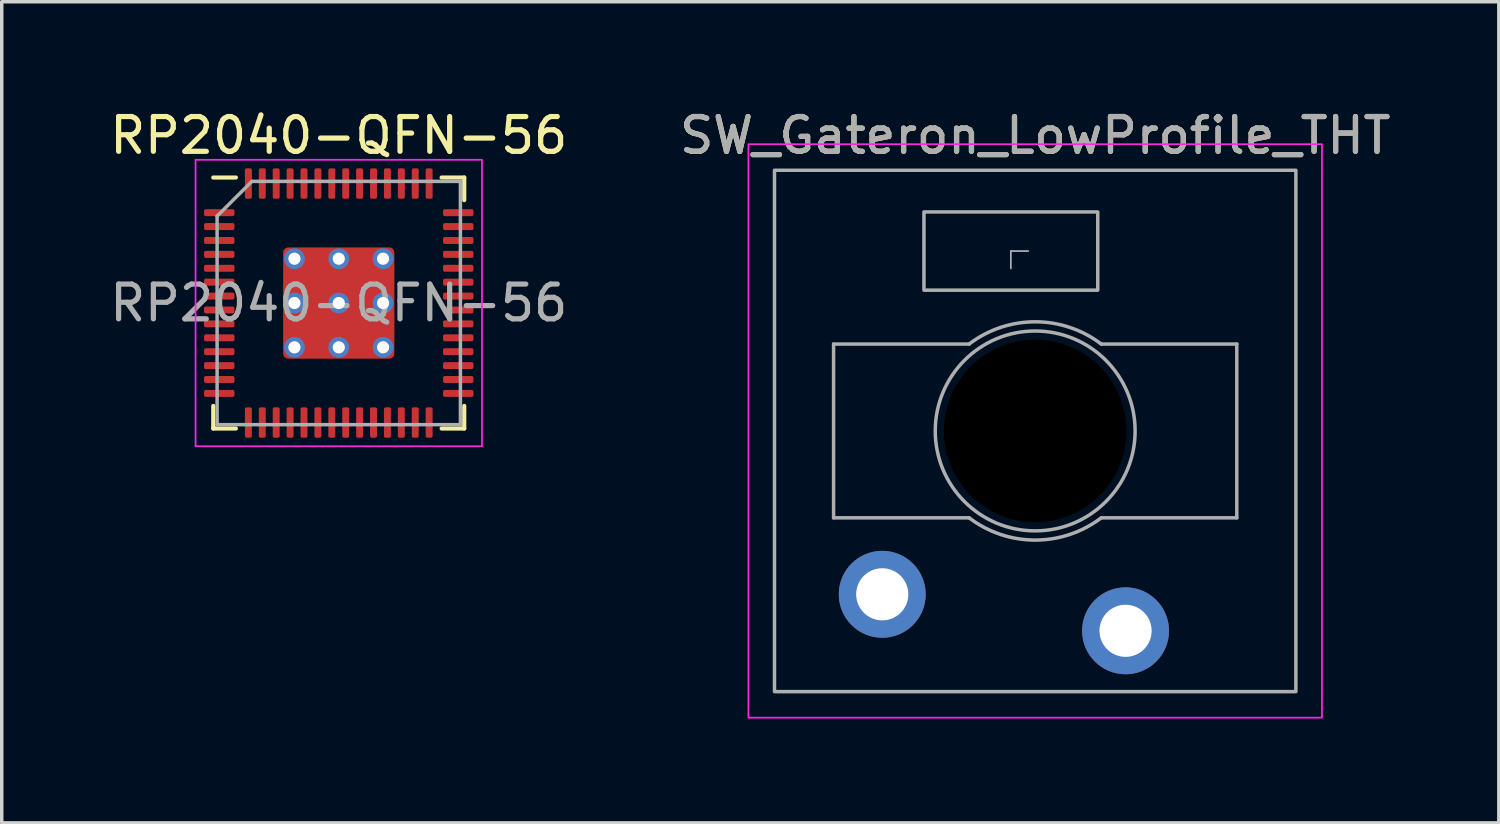
<source format=kicad_pcb>
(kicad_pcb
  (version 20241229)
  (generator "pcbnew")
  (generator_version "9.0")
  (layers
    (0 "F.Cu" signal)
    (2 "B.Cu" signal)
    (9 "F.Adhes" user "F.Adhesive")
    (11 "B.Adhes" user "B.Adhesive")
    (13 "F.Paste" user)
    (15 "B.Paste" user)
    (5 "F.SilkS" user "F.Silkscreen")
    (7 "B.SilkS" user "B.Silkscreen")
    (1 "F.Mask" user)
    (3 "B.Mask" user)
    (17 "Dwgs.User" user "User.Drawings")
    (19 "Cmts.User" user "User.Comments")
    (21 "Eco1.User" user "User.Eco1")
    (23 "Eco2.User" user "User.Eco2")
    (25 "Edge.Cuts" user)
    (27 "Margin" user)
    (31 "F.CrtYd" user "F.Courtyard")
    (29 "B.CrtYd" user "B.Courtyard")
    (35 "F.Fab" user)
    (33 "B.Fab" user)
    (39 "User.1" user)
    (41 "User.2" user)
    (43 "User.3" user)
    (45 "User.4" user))
  (footprint "RP2040-QFN-56"
    (layer "F.Cu")
    (at 6.696 5.668)
    (property "Reference" "RP2040-QFN-56" (at 0 -4.82 0) (layer "F.SilkS") (effects (font (size 1 1) (thickness 0.15))))
    (attr smd)
    (fp_line (start -3.61 3.61) (end -3.61 2.96) (stroke (width 0.12) (type solid)) (layer "F.SilkS"))
    (fp_line (start -2.96 -3.61) (end -3.61 -3.61) (stroke (width 0.12) (type solid)) (layer "F.SilkS"))
    (fp_line (start -2.96 3.61) (end -3.61 3.61) (stroke (width 0.12) (type solid)) (layer "F.SilkS"))
    (fp_line (start 2.96 -3.61) (end 3.61 -3.61) (stroke (width 0.12) (type solid)) (layer "F.SilkS"))
    (fp_line (start 2.96 3.61) (end 3.61 3.61) (stroke (width 0.12) (type solid)) (layer "F.SilkS"))
    (fp_line (start 3.61 -3.61) (end 3.61 -2.96) (stroke (width 0.12) (type solid)) (layer "F.SilkS"))
    (fp_line (start 3.61 3.61) (end 3.61 2.96) (stroke (width 0.12) (type solid)) (layer "F.SilkS"))
    (fp_line (start -4.12 -4.12) (end -4.12 4.12) (stroke (width 0.05) (type solid)) (layer "F.CrtYd"))
    (fp_line (start -4.12 4.12) (end 4.12 4.12) (stroke (width 0.05) (type solid)) (layer "F.CrtYd"))
    (fp_line (start 4.12 -4.12) (end -4.12 -4.12) (stroke (width 0.05) (type solid)) (layer "F.CrtYd"))
    (fp_line (start 4.12 4.12) (end 4.12 -4.12) (stroke (width 0.05) (type solid)) (layer "F.CrtYd"))
    (fp_line (start -3.5 -2.5) (end -2.5 -3.5) (stroke (width 0.1) (type solid)) (layer "F.Fab"))
    (fp_line (start -3.5 3.5) (end -3.5 -2.5) (stroke (width 0.1) (type solid)) (layer "F.Fab"))
    (fp_line (start -2.5 -3.5) (end 3.5 -3.5) (stroke (width 0.1) (type solid)) (layer "F.Fab"))
    (fp_line (start 3.5 -3.5) (end 3.5 3.5) (stroke (width 0.1) (type solid)) (layer "F.Fab"))
    (fp_line (start 3.5 3.5) (end -3.5 3.5) (stroke (width 0.1) (type solid)) (layer "F.Fab"))
    (fp_text user "${REFERENCE}" (at 0 0 0) (layer "F.Fab") (effects (font (size 1 1) (thickness 0.15))))
    (pad "" smd roundrect (at -0.637 -0.637) (size 1.084 1.084) (layers "F.Paste") (roundrect_rratio 0.231))
    (pad "" smd roundrect (at -0.637 0.637) (size 1.084 1.084) (layers "F.Paste") (roundrect_rratio 0.231))
    (pad "" smd roundrect (at 0.637 -0.637) (size 1.084 1.084) (layers "F.Paste") (roundrect_rratio 0.231))
    (pad "" smd roundrect (at 0.637 0.637) (size 1.084 1.084) (layers "F.Paste") (roundrect_rratio 0.231))
    (pad "1" smd roundrect (at -3.438 -2.6) (size 0.875 0.2) (layers "F.Cu" "F.Mask" "F.Paste") (roundrect_rratio 0.25))
    (pad "2" smd roundrect (at -3.438 -2.2) (size 0.875 0.2) (layers "F.Cu" "F.Mask" "F.Paste") (roundrect_rratio 0.25))
    (pad "3" smd roundrect (at -3.438 -1.8) (size 0.875 0.2) (layers "F.Cu" "F.Mask" "F.Paste") (roundrect_rratio 0.25))
    (pad "4" smd roundrect (at -3.438 -1.4) (size 0.875 0.2) (layers "F.Cu" "F.Mask" "F.Paste") (roundrect_rratio 0.25))
    (pad "5" smd roundrect (at -3.438 -1) (size 0.875 0.2) (layers "F.Cu" "F.Mask" "F.Paste") (roundrect_rratio 0.25))
    (pad "6" smd roundrect (at -3.438 -0.6) (size 0.875 0.2) (layers "F.Cu" "F.Mask" "F.Paste") (roundrect_rratio 0.25))
    (pad "7" smd roundrect (at -3.438 -0.2) (size 0.875 0.2) (layers "F.Cu" "F.Mask" "F.Paste") (roundrect_rratio 0.25))
    (pad "8" smd roundrect (at -3.438 0.2) (size 0.875 0.2) (layers "F.Cu" "F.Mask" "F.Paste") (roundrect_rratio 0.25))
    (pad "9" smd roundrect (at -3.438 0.6) (size 0.875 0.2) (layers "F.Cu" "F.Mask" "F.Paste") (roundrect_rratio 0.25))
    (pad "10" smd roundrect (at -3.438 1) (size 0.875 0.2) (layers "F.Cu" "F.Mask" "F.Paste") (roundrect_rratio 0.25))
    (pad "11" smd roundrect (at -3.438 1.4) (size 0.875 0.2) (layers "F.Cu" "F.Mask" "F.Paste") (roundrect_rratio 0.25))
    (pad "12" smd roundrect (at -3.438 1.8) (size 0.875 0.2) (layers "F.Cu" "F.Mask" "F.Paste") (roundrect_rratio 0.25))
    (pad "13" smd roundrect (at -3.438 2.2) (size 0.875 0.2) (layers "F.Cu" "F.Mask" "F.Paste") (roundrect_rratio 0.25))
    (pad "14" smd roundrect (at -3.438 2.6) (size 0.875 0.2) (layers "F.Cu" "F.Mask" "F.Paste") (roundrect_rratio 0.25))
    (pad "15" smd roundrect (at -2.6 3.438) (size 0.2 0.875) (layers "F.Cu" "F.Mask" "F.Paste") (roundrect_rratio 0.25))
    (pad "16" smd roundrect (at -2.2 3.438) (size 0.2 0.875) (layers "F.Cu" "F.Mask" "F.Paste") (roundrect_rratio 0.25))
    (pad "17" smd roundrect (at -1.8 3.438) (size 0.2 0.875) (layers "F.Cu" "F.Mask" "F.Paste") (roundrect_rratio 0.25))
    (pad "18" smd roundrect (at -1.4 3.438) (size 0.2 0.875) (layers "F.Cu" "F.Mask" "F.Paste") (roundrect_rratio 0.25))
    (pad "19" smd roundrect (at -1 3.438) (size 0.2 0.875) (layers "F.Cu" "F.Mask" "F.Paste") (roundrect_rratio 0.25))
    (pad "20" smd roundrect (at -0.6 3.438) (size 0.2 0.875) (layers "F.Cu" "F.Mask" "F.Paste") (roundrect_rratio 0.25))
    (pad "21" smd roundrect (at -0.2 3.438) (size 0.2 0.875) (layers "F.Cu" "F.Mask" "F.Paste") (roundrect_rratio 0.25))
    (pad "22" smd roundrect (at 0.2 3.438) (size 0.2 0.875) (layers "F.Cu" "F.Mask" "F.Paste") (roundrect_rratio 0.25))
    (pad "23" smd roundrect (at 0.6 3.438) (size 0.2 0.875) (layers "F.Cu" "F.Mask" "F.Paste") (roundrect_rratio 0.25))
    (pad "24" smd roundrect (at 1 3.438) (size 0.2 0.875) (layers "F.Cu" "F.Mask" "F.Paste") (roundrect_rratio 0.25))
    (pad "25" smd roundrect (at 1.4 3.438) (size 0.2 0.875) (layers "F.Cu" "F.Mask" "F.Paste") (roundrect_rratio 0.25))
    (pad "26" smd roundrect (at 1.8 3.438) (size 0.2 0.875) (layers "F.Cu" "F.Mask" "F.Paste") (roundrect_rratio 0.25))
    (pad "27" smd roundrect (at 2.2 3.438) (size 0.2 0.875) (layers "F.Cu" "F.Mask" "F.Paste") (roundrect_rratio 0.25))
    (pad "28" smd roundrect (at 2.6 3.438) (size 0.2 0.875) (layers "F.Cu" "F.Mask" "F.Paste") (roundrect_rratio 0.25))
    (pad "29" smd roundrect (at 3.438 2.6) (size 0.875 0.2) (layers "F.Cu" "F.Mask" "F.Paste") (roundrect_rratio 0.25))
    (pad "30" smd roundrect (at 3.438 2.2) (size 0.875 0.2) (layers "F.Cu" "F.Mask" "F.Paste") (roundrect_rratio 0.25))
    (pad "31" smd roundrect (at 3.438 1.8) (size 0.875 0.2) (layers "F.Cu" "F.Mask" "F.Paste") (roundrect_rratio 0.25))
    (pad "32" smd roundrect (at 3.438 1.4) (size 0.875 0.2) (layers "F.Cu" "F.Mask" "F.Paste") (roundrect_rratio 0.25))
    (pad "33" smd roundrect (at 3.438 1) (size 0.875 0.2) (layers "F.Cu" "F.Mask" "F.Paste") (roundrect_rratio 0.25))
    (pad "34" smd roundrect (at 3.438 0.6) (size 0.875 0.2) (layers "F.Cu" "F.Mask" "F.Paste") (roundrect_rratio 0.25))
    (pad "35" smd roundrect (at 3.438 0.2) (size 0.875 0.2) (layers "F.Cu" "F.Mask" "F.Paste") (roundrect_rratio 0.25))
    (pad "36" smd roundrect (at 3.438 -0.2) (size 0.875 0.2) (layers "F.Cu" "F.Mask" "F.Paste") (roundrect_rratio 0.25))
    (pad "37" smd roundrect (at 3.438 -0.6) (size 0.875 0.2) (layers "F.Cu" "F.Mask" "F.Paste") (roundrect_rratio 0.25))
    (pad "38" smd roundrect (at 3.438 -1) (size 0.875 0.2) (layers "F.Cu" "F.Mask" "F.Paste") (roundrect_rratio 0.25))
    (pad "39" smd roundrect (at 3.438 -1.4) (size 0.875 0.2) (layers "F.Cu" "F.Mask" "F.Paste") (roundrect_rratio 0.25))
    (pad "40" smd roundrect (at 3.438 -1.8) (size 0.875 0.2) (layers "F.Cu" "F.Mask" "F.Paste") (roundrect_rratio 0.25))
    (pad "41" smd roundrect (at 3.438 -2.2) (size 0.875 0.2) (layers "F.Cu" "F.Mask" "F.Paste") (roundrect_rratio 0.25))
    (pad "42" smd roundrect (at 3.438 -2.6) (size 0.875 0.2) (layers "F.Cu" "F.Mask" "F.Paste") (roundrect_rratio 0.25))
    (pad "43" smd roundrect (at 2.6 -3.438) (size 0.2 0.875) (layers "F.Cu" "F.Mask" "F.Paste") (roundrect_rratio 0.25))
    (pad "44" smd roundrect (at 2.2 -3.438) (size 0.2 0.875) (layers "F.Cu" "F.Mask" "F.Paste") (roundrect_rratio 0.25))
    (pad "45" smd roundrect (at 1.8 -3.438) (size 0.2 0.875) (layers "F.Cu" "F.Mask" "F.Paste") (roundrect_rratio 0.25))
    (pad "46" smd roundrect (at 1.4 -3.438) (size 0.2 0.875) (layers "F.Cu" "F.Mask" "F.Paste") (roundrect_rratio 0.25))
    (pad "47" smd roundrect (at 1 -3.438) (size 0.2 0.875) (layers "F.Cu" "F.Mask" "F.Paste") (roundrect_rratio 0.25))
    (pad "48" smd roundrect (at 0.6 -3.438) (size 0.2 0.875) (layers "F.Cu" "F.Mask" "F.Paste") (roundrect_rratio 0.25))
    (pad "49" smd roundrect (at 0.2 -3.438) (size 0.2 0.875) (layers "F.Cu" "F.Mask" "F.Paste") (roundrect_rratio 0.25))
    (pad "50" smd roundrect (at -0.2 -3.438) (size 0.2 0.875) (layers "F.Cu" "F.Mask" "F.Paste") (roundrect_rratio 0.25))
    (pad "51" smd roundrect (at -0.6 -3.438) (size 0.2 0.875) (layers "F.Cu" "F.Mask" "F.Paste") (roundrect_rratio 0.25))
    (pad "52" smd roundrect (at -1 -3.438) (size 0.2 0.875) (layers "F.Cu" "F.Mask" "F.Paste") (roundrect_rratio 0.25))
    (pad "53" smd roundrect (at -1.4 -3.438) (size 0.2 0.875) (layers "F.Cu" "F.Mask" "F.Paste") (roundrect_rratio 0.25))
    (pad "54" smd roundrect (at -1.8 -3.438) (size 0.2 0.875) (layers "F.Cu" "F.Mask" "F.Paste") (roundrect_rratio 0.25))
    (pad "55" smd roundrect (at -2.2 -3.438) (size 0.2 0.875) (layers "F.Cu" "F.Mask" "F.Paste") (roundrect_rratio 0.25))
    (pad "56" smd roundrect (at -2.6 -3.438) (size 0.2 0.875) (layers "F.Cu" "F.Mask" "F.Paste") (roundrect_rratio 0.25))
    (pad "57" thru_hole circle (at -1.275 -1.275) (size 0.6 0.6) (drill 0.35) (layers "*.Cu"))
    (pad "57" thru_hole circle (at -1.275 0) (size 0.6 0.6) (drill 0.35) (layers "*.Cu"))
    (pad "57" thru_hole circle (at -1.275 1.275) (size 0.6 0.6) (drill 0.35) (layers "*.Cu"))
    (pad "57" thru_hole circle (at 0 -1.275) (size 0.6 0.6) (drill 0.35) (layers "*.Cu"))
    (pad "57" thru_hole circle (at 0 0) (size 0.6 0.6) (drill 0.35) (layers "*.Cu"))
    (pad "57" smd roundrect (at 0 0) (size 3.2 3.2) (layers "F.Cu" "F.Mask") (roundrect_rratio 0.045))
    (pad "57" thru_hole circle (at 0 1.275) (size 0.6 0.6) (drill 0.35) (layers "*.Cu"))
    (pad "57" thru_hole circle (at 1.275 -1.275) (size 0.6 0.6) (drill 0.35) (layers "*.Cu"))
    (pad "57" thru_hole circle (at 1.275 0) (size 0.6 0.6) (drill 0.35) (layers "*.Cu"))
    (pad "57" thru_hole circle (at 1.275 1.275) (size 0.6 0.6) (drill 0.35) (layers "*.Cu")))
  (footprint "SW_Gateron_LowProfile_THT"
    (layer "F.Cu")
    (at 26.732 9.348)
    (property "Reference" "SW_Gateron_LowProfile_THT" (at 0 -8.5 0) (unlocked yes) (layer "F.SilkS") (effects (font (size 1 1) (thickness 0.15))))
    (attr through_hole)
    (fp_rect (start -8.25 8.25) (end 8.25 -8.25) (stroke (width 0.05) (type solid)) (fill no) (layer "F.CrtYd"))
    (fp_line (start -5.8 -2.5) (end -1.9 -2.5) (stroke (width 0.1) (type default)) (layer "F.Fab"))
    (fp_line (start -5.8 2.5) (end -5.8 -2.5) (stroke (width 0.1) (type default)) (layer "F.Fab"))
    (fp_line (start -1.9 2.5) (end -5.8 2.5) (stroke (width 0.1) (type default)) (layer "F.Fab"))
    (fp_line (start -0.7 -5.175) (end -0.7 -4.675) (stroke (width 0.05) (type solid)) (layer "F.Fab"))
    (fp_line (start -0.7 -5.175) (end -0.2 -5.175) (stroke (width 0.05) (type solid)) (layer "F.Fab"))
    (fp_line (start 1.9 -2.5) (end 5.8 -2.5) (stroke (width 0.1) (type default)) (layer "F.Fab"))
    (fp_line (start 5.8 -2.5) (end 5.8 2.5) (stroke (width 0.1) (type default)) (layer "F.Fab"))
    (fp_line (start 5.8 2.5) (end 1.9 2.5) (stroke (width 0.1) (type default)) (layer "F.Fab"))
    (fp_rect (start -7.5 7.5) (end 7.5 -7.5) (stroke (width 0.1) (type solid)) (fill no) (layer "F.Fab"))
    (fp_rect (start -3.2 -6.3) (end 1.8 -4.05) (stroke (width 0.1) (type default)) (fill no) (layer "F.Fab"))
    (fp_arc (start -1.9 -2.499999) (mid 0 -3.140063) (end 1.9 -2.499999) (stroke (width 0.1) (type default)) (layer "F.Fab"))
    (fp_arc (start 1.9 2.499999) (mid 0 3.140063) (end -1.9 2.499999) (stroke (width 0.1) (type default)) (layer "F.Fab"))
    (fp_circle (center 0 0) (end 2.875 0) (stroke (width 0.1) (type default)) (fill no) (layer "F.Fab"))
    (fp_poly (pts (xy -2.05 -0.64) (xy -0.6 -0.64) (xy -0.6 -2) (xy 0.5 -2) (xy 0.5 -0.64) (xy 1.95 -0.64) (xy 1.95 0.64) (xy 0.5 0.64) (xy 0.5 2) (xy -0.6 2) (xy -0.6 0.64) (xy -2.05 0.64)) (stroke (width 0.1) (type solid)) (fill no) (layer "F.Fab"))
    (fp_line (start -6.5 -5.5) (end -6.5 -6.5) (stroke (width 0.14) (type solid)) (layer "User.1"))
    (fp_line (start -6.5 6.5) (end -6.5 5.5) (stroke (width 0.14) (type solid)) (layer "User.1"))
    (fp_line (start -6.5 6.5) (end -5.5 6.5) (stroke (width 0.14) (type solid)) (layer "User.1"))
    (fp_line (start -5.5 -6.5) (end -6.5 -6.5) (stroke (width 0.14) (type solid)) (layer "User.1"))
    (fp_line (start 5.5 6.5) (end 6.5 6.5) (stroke (width 0.14) (type solid)) (layer "User.1"))
    (fp_line (start 6.5 -6.5) (end 5.5 -6.5) (stroke (width 0.14) (type solid)) (layer "User.1"))
    (fp_line (start 6.5 -6.5) (end 6.5 -5.5) (stroke (width 0.14) (type solid)) (layer "User.1"))
    (fp_line (start 6.5 5.5) (end 6.5 6.5) (stroke (width 0.14) (type solid)) (layer "User.1"))
    (fp_text user "${REFERENCE}" (at 0 -8.5 0) (unlocked yes) (layer "F.Fab") (effects (font (size 1 1) (thickness 0.15))))
    (pad "" np_thru_hole circle (at 0 0 180) (size 5.25 5.25) (drill 5.25) (layers "*.Mask"))
    (pad "1" thru_hole circle (at -4.4 4.7 180) (size 2.5 2.5) (drill 1.5) (layers "*.Cu" "B.Mask"))
    (pad "2" thru_hole circle (at 2.6 5.75 180) (size 2.5 2.5) (drill 1.5) (layers "*.Cu" "B.Mask")))
  (gr_rect
    (start -3 -3)
    (end 40.071 20.623)
    (stroke (width 0.1) (type default))
    (fill no)
    (layer "Edge.Cuts")))
</source>
